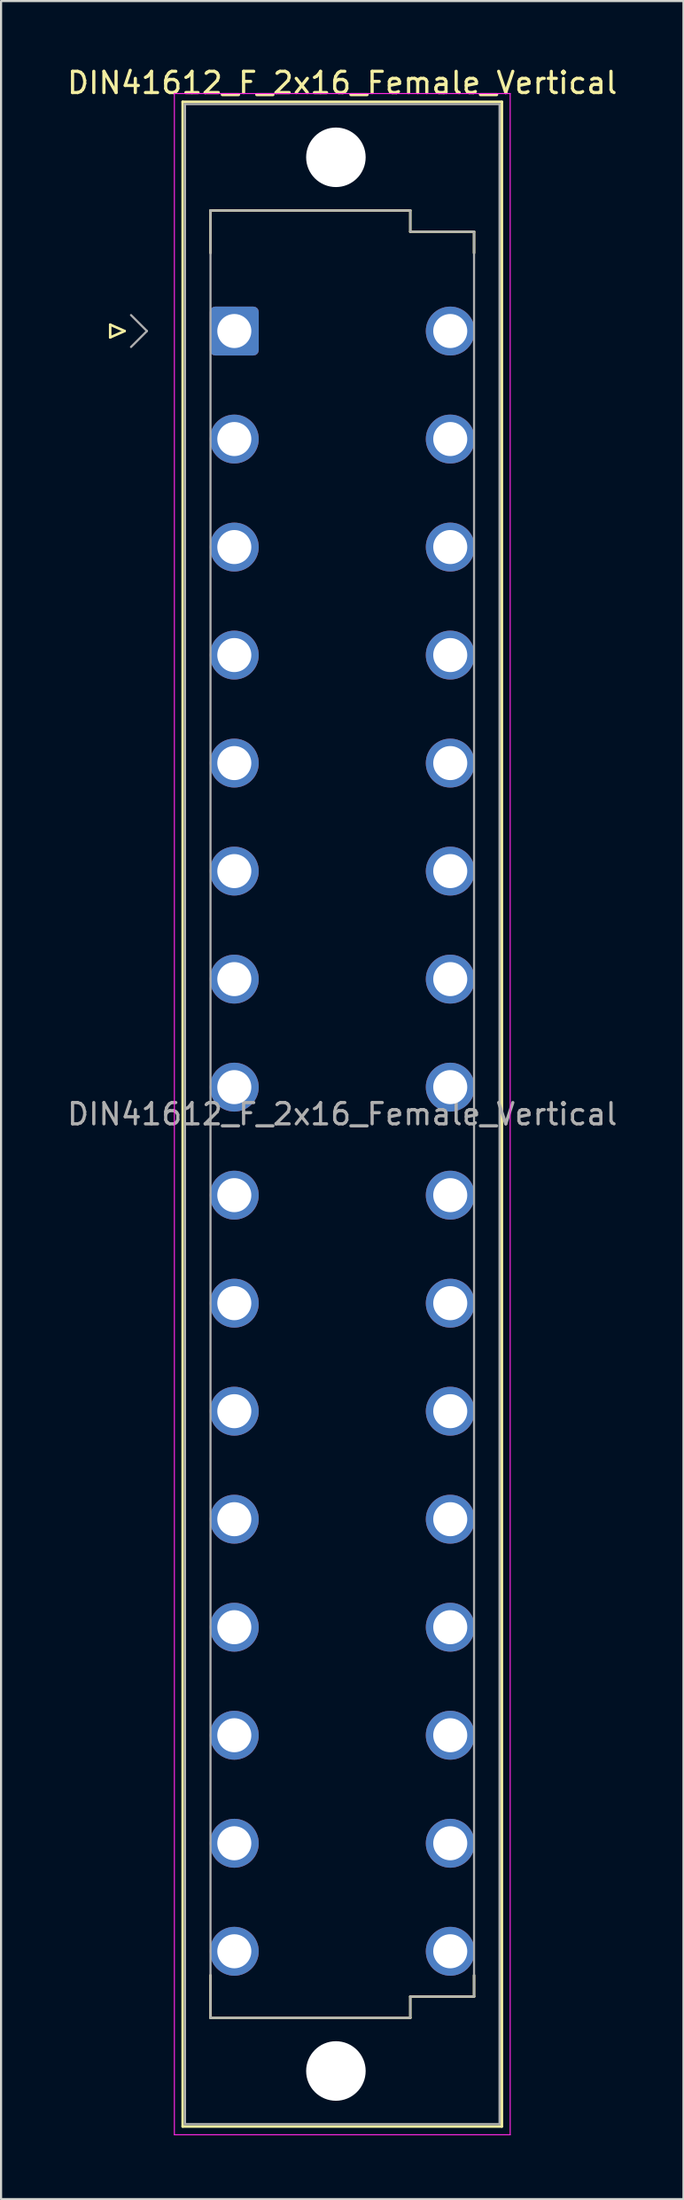
<source format=kicad_pcb>
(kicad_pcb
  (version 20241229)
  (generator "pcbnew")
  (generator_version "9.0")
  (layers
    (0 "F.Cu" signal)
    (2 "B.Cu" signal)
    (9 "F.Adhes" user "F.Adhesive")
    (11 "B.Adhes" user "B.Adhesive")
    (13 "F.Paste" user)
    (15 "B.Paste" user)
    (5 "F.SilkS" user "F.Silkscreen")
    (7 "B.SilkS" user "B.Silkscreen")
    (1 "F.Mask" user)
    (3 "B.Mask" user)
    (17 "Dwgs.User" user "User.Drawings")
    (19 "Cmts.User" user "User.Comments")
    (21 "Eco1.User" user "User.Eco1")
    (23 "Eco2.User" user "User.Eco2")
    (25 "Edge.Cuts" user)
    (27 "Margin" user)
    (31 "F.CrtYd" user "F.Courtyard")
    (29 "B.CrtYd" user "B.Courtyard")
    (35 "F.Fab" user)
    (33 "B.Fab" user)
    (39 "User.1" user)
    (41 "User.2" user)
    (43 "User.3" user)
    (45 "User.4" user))
  (footprint "DIN41612_F_2x16_Female_Vertical"
    (layer "F.Cu")
    (at 10.514 9.978)
    (property "Reference" "DIN41612_F_2x16_Female_Vertical" (at 2.54 -9.13 0) (layer "F.SilkS") (effects (font (size 1 1) (thickness 0.15))))
    (attr through_hole)
    (fp_line (start -8.38 2.24) (end -8.38 2.84) (stroke (width 0.12) (type solid)) (layer "F.SilkS"))
    (fp_line (start -8.38 2.84) (end -7.7 2.54) (stroke (width 0.12) (type solid)) (layer "F.SilkS"))
    (fp_line (start -7.7 2.54) (end -8.38 2.24) (stroke (width 0.12) (type solid)) (layer "F.SilkS"))
    (fp_line (start -4.97 -8.24) (end 10.05 -8.24) (stroke (width 0.12) (type solid)) (layer "F.SilkS"))
    (fp_line (start -4.97 86.98) (end -4.97 -8.24) (stroke (width 0.12) (type solid)) (layer "F.SilkS"))
    (fp_line (start -3.66 -3.13) (end 5.74 -3.13) (stroke (width 0.12) (type solid)) (layer "F.SilkS"))
    (fp_line (start -3.66 -1.13) (end -3.66 -3.13) (stroke (width 0.12) (type solid)) (layer "F.SilkS"))
    (fp_line (start -3.66 79.87) (end -3.66 81.87) (stroke (width 0.12) (type solid)) (layer "F.SilkS"))
    (fp_line (start -3.66 81.87) (end 5.74 81.87) (stroke (width 0.12) (type solid)) (layer "F.SilkS"))
    (fp_line (start 5.74 -3.13) (end 5.74 -2.13) (stroke (width 0.12) (type solid)) (layer "F.SilkS"))
    (fp_line (start 5.74 -2.13) (end 8.74 -2.13) (stroke (width 0.12) (type solid)) (layer "F.SilkS"))
    (fp_line (start 5.74 80.87) (end 8.74 80.87) (stroke (width 0.12) (type solid)) (layer "F.SilkS"))
    (fp_line (start 5.74 81.87) (end 5.74 80.87) (stroke (width 0.12) (type solid)) (layer "F.SilkS"))
    (fp_line (start 8.74 -2.13) (end 8.74 -1.13) (stroke (width 0.12) (type solid)) (layer "F.SilkS"))
    (fp_line (start 8.74 80.87) (end 8.74 79.87) (stroke (width 0.12) (type solid)) (layer "F.SilkS"))
    (fp_line (start 10.05 -8.24) (end 10.05 86.98) (stroke (width 0.12) (type solid)) (layer "F.SilkS"))
    (fp_line (start 10.05 86.98) (end -4.97 86.98) (stroke (width 0.12) (type solid)) (layer "F.SilkS"))
    (fp_line (start -5.36 -8.63) (end 10.44 -8.63) (stroke (width 0.05) (type solid)) (layer "F.CrtYd"))
    (fp_line (start -5.36 87.37) (end -5.36 -8.63) (stroke (width 0.05) (type solid)) (layer "F.CrtYd"))
    (fp_line (start 10.44 -8.63) (end 10.44 87.37) (stroke (width 0.05) (type solid)) (layer "F.CrtYd"))
    (fp_line (start 10.44 87.37) (end -5.36 87.37) (stroke (width 0.05) (type solid)) (layer "F.CrtYd"))
    (fp_line (start -7.4 1.79) (end -6.65 2.54) (stroke (width 0.1) (type solid)) (layer "F.Fab"))
    (fp_line (start -6.65 2.54) (end -7.4 3.29) (stroke (width 0.1) (type solid)) (layer "F.Fab"))
    (fp_line (start -4.86 -8.13) (end 9.94 -8.13) (stroke (width 0.1) (type solid)) (layer "F.Fab"))
    (fp_line (start -4.86 86.87) (end -4.86 -8.13) (stroke (width 0.1) (type solid)) (layer "F.Fab"))
    (fp_line (start -3.66 -3.13) (end 5.74 -3.13) (stroke (width 0.1) (type solid)) (layer "F.Fab"))
    (fp_line (start -3.66 81.87) (end -3.66 -3.13) (stroke (width 0.1) (type solid)) (layer "F.Fab"))
    (fp_line (start 5.74 -3.13) (end 5.74 -2.13) (stroke (width 0.1) (type solid)) (layer "F.Fab"))
    (fp_line (start 5.74 -2.13) (end 8.74 -2.13) (stroke (width 0.1) (type solid)) (layer "F.Fab"))
    (fp_line (start 5.74 80.87) (end 5.74 81.87) (stroke (width 0.1) (type solid)) (layer "F.Fab"))
    (fp_line (start 5.74 81.87) (end -3.66 81.87) (stroke (width 0.1) (type solid)) (layer "F.Fab"))
    (fp_line (start 8.74 -2.13) (end 8.74 80.87) (stroke (width 0.1) (type solid)) (layer "F.Fab"))
    (fp_line (start 8.74 80.87) (end 5.74 80.87) (stroke (width 0.1) (type solid)) (layer "F.Fab"))
    (fp_line (start 9.94 -8.13) (end 9.94 86.87) (stroke (width 0.1) (type solid)) (layer "F.Fab"))
    (fp_line (start 9.94 86.87) (end -4.86 86.87) (stroke (width 0.1) (type solid)) (layer "F.Fab"))
    (fp_text user "${REFERENCE}" (at 2.54 39.37 0) (layer "F.Fab") (effects (font (size 1 1) (thickness 0.15))))
    (pad "" np_thru_hole circle (at 2.24 -5.63) (size 2.8 2.8) (drill 2.8) (layers "*.Cu" "*.Mask"))
    (pad "" np_thru_hole circle (at 2.24 84.37) (size 2.8 2.8) (drill 2.8) (layers "*.Cu" "*.Mask"))
    (pad "d2" thru_hole circle (at 7.62 2.54) (size 2.3 2.3) (drill 1.6) (layers "*.Cu" "*.Mask"))
    (pad "d4" thru_hole circle (at 7.62 7.62) (size 2.3 2.3) (drill 1.6) (layers "*.Cu" "*.Mask"))
    (pad "d6" thru_hole circle (at 7.62 12.7) (size 2.3 2.3) (drill 1.6) (layers "*.Cu" "*.Mask"))
    (pad "d8" thru_hole circle (at 7.62 17.78) (size 2.3 2.3) (drill 1.6) (layers "*.Cu" "*.Mask"))
    (pad "d10" thru_hole circle (at 7.62 22.86) (size 2.3 2.3) (drill 1.6) (layers "*.Cu" "*.Mask"))
    (pad "d12" thru_hole circle (at 7.62 27.94) (size 2.3 2.3) (drill 1.6) (layers "*.Cu" "*.Mask"))
    (pad "d14" thru_hole circle (at 7.62 33.02) (size 2.3 2.3) (drill 1.6) (layers "*.Cu" "*.Mask"))
    (pad "d16" thru_hole circle (at 7.62 38.1) (size 2.3 2.3) (drill 1.6) (layers "*.Cu" "*.Mask"))
    (pad "d18" thru_hole circle (at 7.62 43.18) (size 2.3 2.3) (drill 1.6) (layers "*.Cu" "*.Mask"))
    (pad "d20" thru_hole circle (at 7.62 48.26) (size 2.3 2.3) (drill 1.6) (layers "*.Cu" "*.Mask"))
    (pad "d22" thru_hole circle (at 7.62 53.34) (size 2.3 2.3) (drill 1.6) (layers "*.Cu" "*.Mask"))
    (pad "d24" thru_hole circle (at 7.62 58.42) (size 2.3 2.3) (drill 1.6) (layers "*.Cu" "*.Mask"))
    (pad "d26" thru_hole circle (at 7.62 63.5) (size 2.3 2.3) (drill 1.6) (layers "*.Cu" "*.Mask"))
    (pad "d28" thru_hole circle (at 7.62 68.58) (size 2.3 2.3) (drill 1.6) (layers "*.Cu" "*.Mask"))
    (pad "d30" thru_hole circle (at 7.62 73.66) (size 2.3 2.3) (drill 1.6) (layers "*.Cu" "*.Mask"))
    (pad "d32" thru_hole circle (at 7.62 78.74) (size 2.3 2.3) (drill 1.6) (layers "*.Cu" "*.Mask"))
    (pad "z2" thru_hole roundrect (at -2.54 2.54) (size 2.3 2.3) (drill 1.6) (layers "*.Cu" "*.Mask") (roundrect_rratio 0.109))
    (pad "z4" thru_hole circle (at -2.54 7.62) (size 2.3 2.3) (drill 1.6) (layers "*.Cu" "*.Mask"))
    (pad "z6" thru_hole circle (at -2.54 12.7) (size 2.3 2.3) (drill 1.6) (layers "*.Cu" "*.Mask"))
    (pad "z8" thru_hole circle (at -2.54 17.78) (size 2.3 2.3) (drill 1.6) (layers "*.Cu" "*.Mask"))
    (pad "z10" thru_hole circle (at -2.54 22.86) (size 2.3 2.3) (drill 1.6) (layers "*.Cu" "*.Mask"))
    (pad "z12" thru_hole circle (at -2.54 27.94) (size 2.3 2.3) (drill 1.6) (layers "*.Cu" "*.Mask"))
    (pad "z14" thru_hole circle (at -2.54 33.02) (size 2.3 2.3) (drill 1.6) (layers "*.Cu" "*.Mask"))
    (pad "z16" thru_hole circle (at -2.54 38.1) (size 2.3 2.3) (drill 1.6) (layers "*.Cu" "*.Mask"))
    (pad "z18" thru_hole circle (at -2.54 43.18) (size 2.3 2.3) (drill 1.6) (layers "*.Cu" "*.Mask"))
    (pad "z20" thru_hole circle (at -2.54 48.26) (size 2.3 2.3) (drill 1.6) (layers "*.Cu" "*.Mask"))
    (pad "z22" thru_hole circle (at -2.54 53.34) (size 2.3 2.3) (drill 1.6) (layers "*.Cu" "*.Mask"))
    (pad "z24" thru_hole circle (at -2.54 58.42) (size 2.3 2.3) (drill 1.6) (layers "*.Cu" "*.Mask"))
    (pad "z26" thru_hole circle (at -2.54 63.5) (size 2.3 2.3) (drill 1.6) (layers "*.Cu" "*.Mask"))
    (pad "z28" thru_hole circle (at -2.54 68.58) (size 2.3 2.3) (drill 1.6) (layers "*.Cu" "*.Mask"))
    (pad "z30" thru_hole circle (at -2.54 73.66) (size 2.3 2.3) (drill 1.6) (layers "*.Cu" "*.Mask"))
    (pad "z32" thru_hole circle (at -2.54 78.74) (size 2.3 2.3) (drill 1.6) (layers "*.Cu" "*.Mask")))
  (gr_rect
    (start -3 -3)
    (end 29.107 100.373)
    (stroke (width 0.1) (type default))
    (fill no)
    (layer "Edge.Cuts")))
</source>
